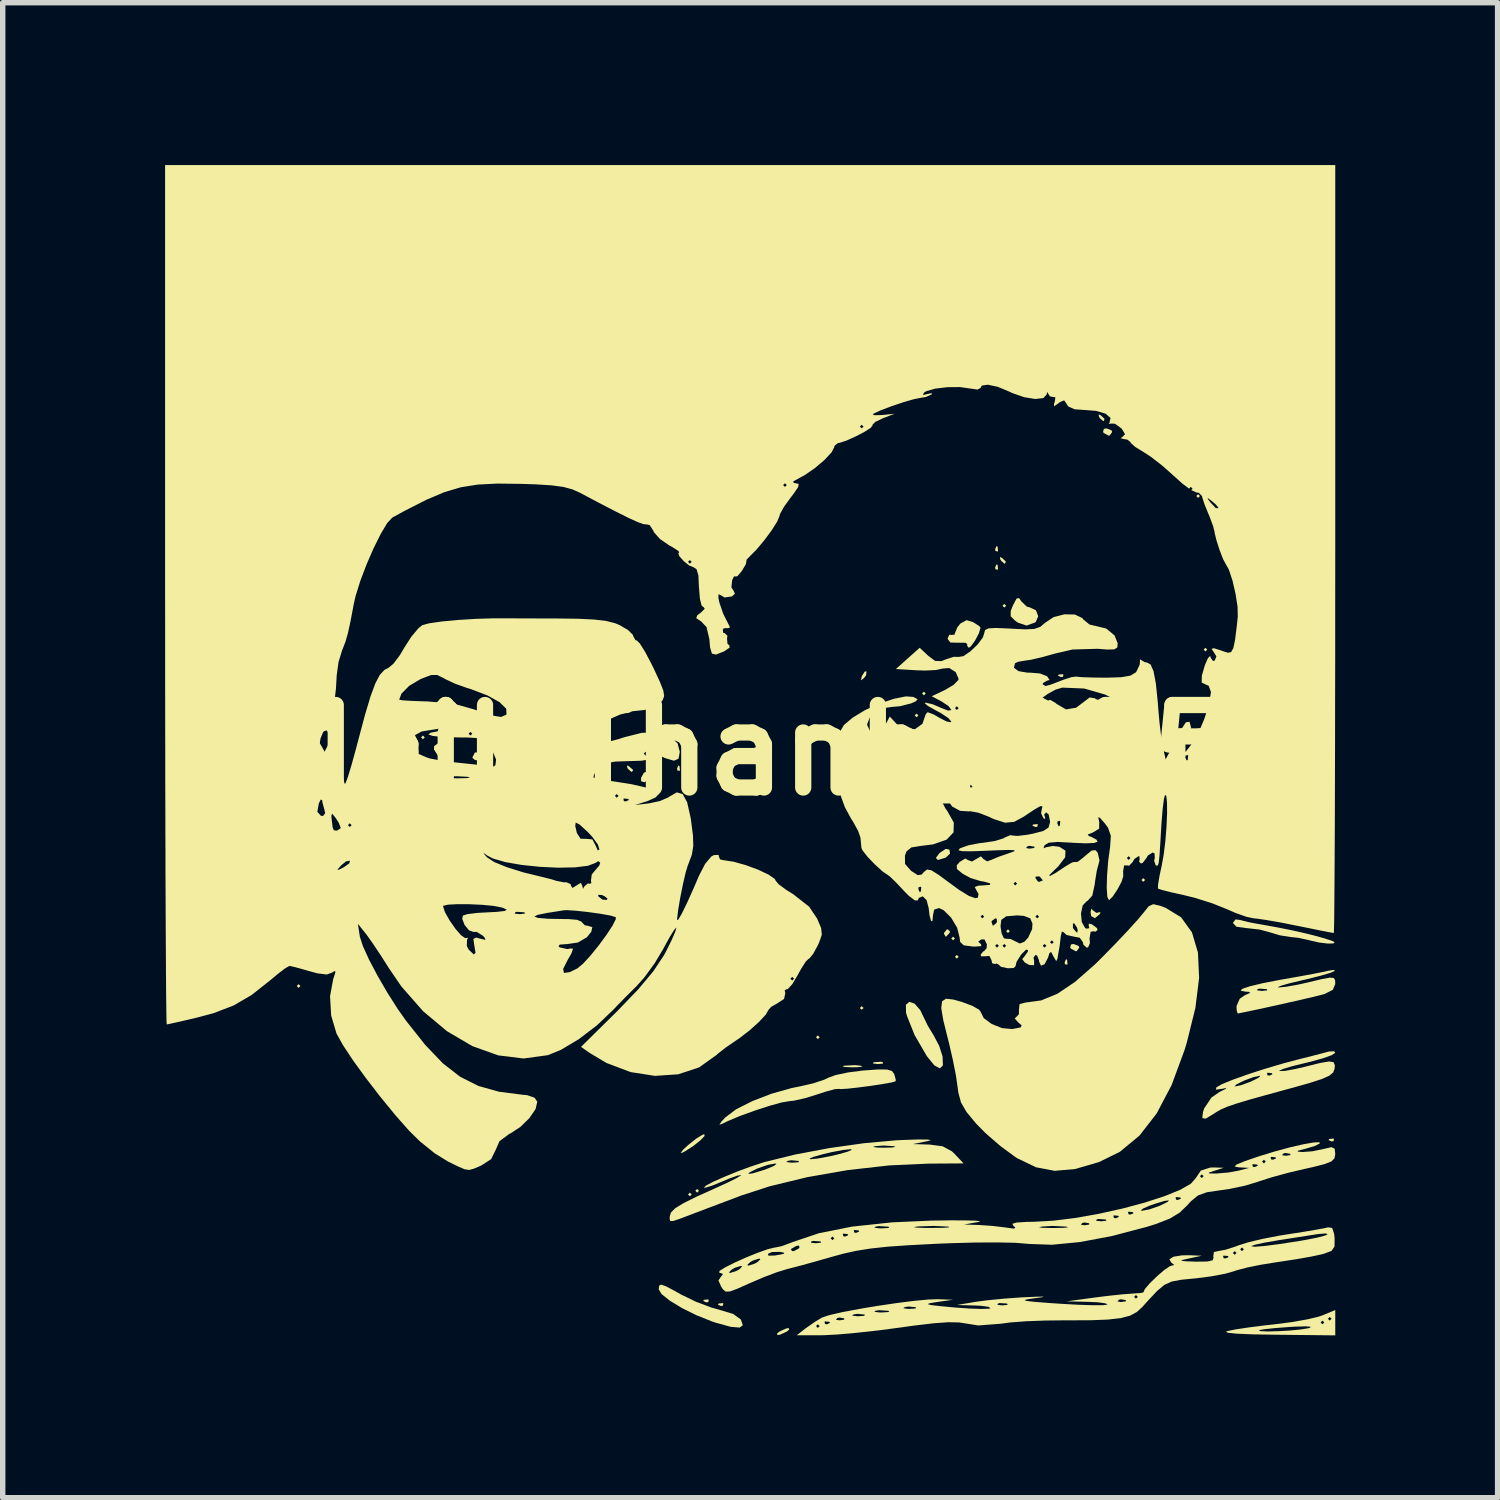
<source format=kicad_pcb>
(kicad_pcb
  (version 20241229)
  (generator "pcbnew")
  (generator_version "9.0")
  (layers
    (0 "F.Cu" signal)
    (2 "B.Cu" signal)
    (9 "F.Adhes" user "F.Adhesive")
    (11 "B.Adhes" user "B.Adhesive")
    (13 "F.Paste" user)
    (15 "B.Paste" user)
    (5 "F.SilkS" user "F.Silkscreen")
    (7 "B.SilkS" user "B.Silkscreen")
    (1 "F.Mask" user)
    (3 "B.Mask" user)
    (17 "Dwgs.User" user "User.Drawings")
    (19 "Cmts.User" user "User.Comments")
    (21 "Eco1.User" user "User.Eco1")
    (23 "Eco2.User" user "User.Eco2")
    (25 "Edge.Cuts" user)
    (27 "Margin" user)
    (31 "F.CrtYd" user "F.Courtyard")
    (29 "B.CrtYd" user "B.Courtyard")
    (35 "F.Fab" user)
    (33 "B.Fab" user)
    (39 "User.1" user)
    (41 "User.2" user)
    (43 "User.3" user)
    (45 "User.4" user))
  (footprint "Neil_Thanh_085"
    (layer "F.Cu")
    (at 10.809 10.809)
    (property "Reference" "Neil_Thanh_085" (at 0 0 0) (layer "F.SilkS") (effects (font (size 1.524 1.524) (thickness 0.3))))
    (attr board_only exclude_from_pos_files exclude_from_bom)
    (fp_poly (pts (xy -8.309 4.357) (xy -8.343 4.391) (xy -8.377 4.357) (xy -8.343 4.323)) (stroke (width 0) (type solid)) (fill yes) (layer "F.SilkS"))
    (fp_poly (pts (xy -6.012 -0.236) (xy -6.046 -0.203) (xy -6.08 -0.236) (xy -6.046 -0.27)) (stroke (width 0) (type solid)) (fill yes) (layer "F.SilkS"))
    (fp_poly (pts (xy -1.081 8.208) (xy -1.115 8.241) (xy -1.148 8.208) (xy -1.115 8.174)) (stroke (width 0) (type solid)) (fill yes) (layer "F.SilkS"))
    (fp_poly (pts (xy -0.946 8.14) (xy -0.98 8.174) (xy -1.013 8.14) (xy -0.98 8.106)) (stroke (width 0) (type solid)) (fill yes) (layer "F.SilkS"))
    (fp_poly (pts (xy 1.284 5.303) (xy 1.25 5.337) (xy 1.216 5.303) (xy 1.25 5.269)) (stroke (width 0) (type solid)) (fill yes) (layer "F.SilkS"))
    (fp_poly (pts (xy 2.094 4.763) (xy 2.06 4.796) (xy 2.027 4.763) (xy 2.06 4.729)) (stroke (width 0) (type solid)) (fill yes) (layer "F.SilkS"))
    (fp_poly (pts (xy 3.107 -0.642) (xy 3.074 -0.608) (xy 3.04 -0.642) (xy 3.074 -0.676)) (stroke (width 0) (type solid)) (fill yes) (layer "F.SilkS"))
    (fp_poly (pts (xy 3.243 -1.047) (xy 3.209 -1.013) (xy 3.175 -1.047) (xy 3.209 -1.081)) (stroke (width 0) (type solid)) (fill yes) (layer "F.SilkS"))
    (fp_poly (pts (xy 3.783 3.479) (xy 3.749 3.513) (xy 3.715 3.479) (xy 3.749 3.445)) (stroke (width 0) (type solid)) (fill yes) (layer "F.SilkS"))
    (fp_poly (pts (xy 3.851 3.817) (xy 3.817 3.851) (xy 3.783 3.817) (xy 3.817 3.783)) (stroke (width 0) (type solid)) (fill yes) (layer "F.SilkS"))
    (fp_poly (pts (xy 4.729 -2.668) (xy 4.695 -2.635) (xy 4.661 -2.668) (xy 4.695 -2.702)) (stroke (width 0) (type solid)) (fill yes) (layer "F.SilkS"))
    (fp_poly (pts (xy 4.796 3.344) (xy 4.763 3.378) (xy 4.729 3.344) (xy 4.763 3.31)) (stroke (width 0) (type solid)) (fill yes) (layer "F.SilkS"))
    (fp_poly (pts (xy 7.296 2.398) (xy 7.262 2.432) (xy 7.228 2.398) (xy 7.262 2.364)) (stroke (width 0) (type solid)) (fill yes) (layer "F.SilkS"))
    (fp_poly (pts (xy 8.309 -4.695) (xy 8.275 -4.661) (xy 8.241 -4.695) (xy 8.275 -4.729)) (stroke (width 0) (type solid)) (fill yes) (layer "F.SilkS"))
    (fp_poly (pts (xy 8.444 -1.858) (xy 8.41 -1.824) (xy 8.377 -1.858) (xy 8.41 -1.891)) (stroke (width 0) (type solid)) (fill yes) (layer "F.SilkS"))
    (fp_poly (pts (xy -1.306 0.293) (xy -1.298 0.373) (xy -1.306 0.383) (xy -1.346 0.374) (xy -1.351 0.338) (xy -1.326 0.282)) (stroke (width 0) (type solid)) (fill yes) (layer "F.SilkS"))
    (fp_poly (pts (xy -0.766 10.155) (xy -0.775 10.196) (xy -0.811 10.201) (xy -0.866 10.176) (xy -0.856 10.155) (xy -0.776 10.147)) (stroke (width 0) (type solid)) (fill yes) (layer "F.SilkS"))
    (fp_poly (pts (xy -0.495 10.223) (xy -0.505 10.263) (xy -0.54 10.268) (xy -0.596 10.243) (xy -0.585 10.223) (xy -0.505 10.215)) (stroke (width 0) (type solid)) (fill yes) (layer "F.SilkS"))
    (fp_poly (pts (xy 2.449 5.765) (xy 2.457 5.789) (xy 2.364 5.799) (xy 2.268 5.788) (xy 2.28 5.765) (xy 2.418 5.756)) (stroke (width 0) (type solid)) (fill yes) (layer "F.SilkS"))
    (fp_poly (pts (xy 4.571 -3.76) (xy 4.579 -3.68) (xy 4.571 -3.67) (xy 4.531 -3.68) (xy 4.526 -3.715) (xy 4.551 -3.771)) (stroke (width 0) (type solid)) (fill yes) (layer "F.SilkS"))
    (fp_poly (pts (xy 4.571 -3.423) (xy 4.579 -3.343) (xy 4.571 -3.333) (xy 4.531 -3.342) (xy 4.526 -3.378) (xy 4.551 -3.433)) (stroke (width 0) (type solid)) (fill yes) (layer "F.SilkS"))
    (fp_poly (pts (xy 5.314 1.374) (xy 5.305 1.414) (xy 5.269 1.419) (xy 5.214 1.394) (xy 5.224 1.374) (xy 5.304 1.365)) (stroke (width 0) (type solid)) (fill yes) (layer "F.SilkS"))
    (fp_poly (pts (xy 5.787 -1.396) (xy 5.778 -1.356) (xy 5.742 -1.351) (xy 5.686 -1.376) (xy 5.697 -1.396) (xy 5.777 -1.404)) (stroke (width 0) (type solid)) (fill yes) (layer "F.SilkS"))
    (fp_poly (pts (xy 5.855 3.873) (xy 5.863 3.953) (xy 5.855 3.963) (xy 5.814 3.954) (xy 5.81 3.918) (xy 5.834 3.862)) (stroke (width 0) (type solid)) (fill yes) (layer "F.SilkS"))
    (fp_poly (pts (xy 10.786 7.183) (xy 10.777 7.223) (xy 10.741 7.228) (xy 10.685 7.203) (xy 10.696 7.183) (xy 10.776 7.175)) (stroke (width 0) (type solid)) (fill yes) (layer "F.SilkS"))
    (fp_poly (pts (xy -2.569 0.434) (xy -2.577 0.466) (xy -2.643 0.5) (xy -2.692 0.479) (xy -2.746 0.416) (xy -2.705 0.373) (xy -2.602 0.356)) (stroke (width 0) (type solid)) (fill yes) (layer "F.SilkS"))
    (fp_poly (pts (xy -2.24 0.298) (xy -2.168 0.36) (xy -2.162 0.376) (xy -2.194 0.403) (xy -2.261 0.341) (xy -2.269 0.327) (xy -2.277 0.281)) (stroke (width 0) (type solid)) (fill yes) (layer "F.SilkS"))
    (fp_poly (pts (xy -1.862 0.449) (xy -1.877 0.535) (xy -1.949 0.593) (xy -2.016 0.574) (xy -2.016 0.511) (xy -1.963 0.416) (xy -1.925 0.402)) (stroke (width 0) (type solid)) (fill yes) (layer "F.SilkS"))
    (fp_poly (pts (xy 2.141 -1.383) (xy 2.103 -1.333) (xy 2.046 -1.29) (xy 2.06 -1.358) (xy 2.065 -1.371) (xy 2.118 -1.454) (xy 2.149 -1.454)) (stroke (width 0) (type solid)) (fill yes) (layer "F.SilkS"))
    (fp_poly (pts (xy 4.651 -3.553) (xy 4.723 -3.485) (xy 4.708 -3.446) (xy 4.699 -3.445) (xy 4.642 -3.493) (xy 4.621 -3.523) (xy 4.613 -3.569)) (stroke (width 0) (type solid)) (fill yes) (layer "F.SilkS"))
    (fp_poly (pts (xy 6.475 -6.188) (xy 6.547 -6.12) (xy 6.532 -6.08) (xy 6.523 -6.08) (xy 6.466 -6.128) (xy 6.445 -6.158) (xy 6.437 -6.204)) (stroke (width 0) (type solid)) (fill yes) (layer "F.SilkS"))
    (fp_poly (pts (xy -5.69 -0.071) (xy -5.658 0.034) (xy -5.639 0.17) (xy -5.672 0.186) (xy -5.772 0.096) (xy -5.841 -0.012) (xy -5.84 -0.073) (xy -5.76 -0.134)) (stroke (width 0) (type solid)) (fill yes) (layer "F.SilkS"))
    (fp_poly (pts (xy -4.877 0.093) (xy -4.811 0.172) (xy -4.852 0.2) (xy -4.951 0.203) (xy -5.084 0.182) (xy -5.134 0.139) (xy -5.086 0.044) (xy -4.977 0.033)) (stroke (width 0) (type solid)) (fill yes) (layer "F.SilkS"))
    (fp_poly (pts (xy 0.721 10.703) (xy 0.676 10.741) (xy 0.552 10.798) (xy 0.507 10.806) (xy 0.495 10.779) (xy 0.54 10.741) (xy 0.664 10.684) (xy 0.709 10.675)) (stroke (width 0) (type solid)) (fill yes) (layer "F.SilkS"))
    (fp_poly (pts (xy 2.043 5.829) (xy 2.075 5.846) (xy 1.991 5.857) (xy 1.891 5.859) (xy 1.745 5.853) (xy 1.705 5.84) (xy 1.739 5.829) (xy 1.936 5.818)) (stroke (width 0) (type solid)) (fill yes) (layer "F.SilkS"))
    (fp_poly (pts (xy 3.681 1.837) (xy 3.692 1.911) (xy 3.612 1.985) (xy 3.481 2.025) (xy 3.462 2.026) (xy 3.431 1.99) (xy 3.496 1.902) (xy 3.613 1.823)) (stroke (width 0) (type solid)) (fill yes) (layer "F.SilkS"))
    (fp_poly (pts (xy 3.692 3.351) (xy 3.682 3.378) (xy 3.621 3.442) (xy 3.61 3.445) (xy 3.581 3.393) (xy 3.58 3.378) (xy 3.632 3.313) (xy 3.652 3.31)) (stroke (width 0) (type solid)) (fill yes) (layer "F.SilkS"))
    (fp_poly (pts (xy 6.067 3.616) (xy 6.08 3.648) (xy 6.031 3.713) (xy 6.016 3.715) (xy 5.925 3.666) (xy 5.911 3.648) (xy 5.926 3.59) (xy 5.974 3.58)) (stroke (width 0) (type solid)) (fill yes) (layer "F.SilkS"))
    (fp_poly (pts (xy 6.675 -5.909) (xy 6.688 -5.877) (xy 6.639 -5.812) (xy 6.624 -5.81) (xy 6.533 -5.859) (xy 6.519 -5.877) (xy 6.534 -5.935) (xy 6.582 -5.945)) (stroke (width 0) (type solid)) (fill yes) (layer "F.SilkS"))
    (fp_poly (pts (xy 6.327 2.956) (xy 6.399 3.007) (xy 6.434 2.996) (xy 6.474 2.994) (xy 6.458 3.029) (xy 6.369 3.104) (xy 6.3 3.065) (xy 6.288 2.989) (xy 6.305 2.925)) (stroke (width 0) (type solid)) (fill yes) (layer "F.SilkS"))
    (fp_poly (pts (xy -0.843 7.128) (xy -0.922 7.21) (xy -1.051 7.312) (xy -1.199 7.408) (xy -1.25 7.436) (xy -1.285 7.439) (xy -1.228 7.37) (xy -1.151 7.299) (xy -0.997 7.176) (xy -0.877 7.103) (xy -0.847 7.095)) (stroke (width 0) (type solid)) (fill yes) (layer "F.SilkS"))
    (fp_poly (pts (xy 5.008 -2.751) (xy 5.108 -2.654) (xy 5.173 -2.635) (xy 5.28 -2.584) (xy 5.321 -2.474) (xy 5.277 -2.369) (xy 5.262 -2.359) (xy 5.107 -2.302) (xy 4.951 -2.354) (xy 4.896 -2.391) (xy 4.813 -2.473) (xy 4.813 -2.572) (xy 4.855 -2.676) (xy 4.92 -2.8) (xy 4.967 -2.81)) (stroke (width 0) (type solid)) (fill yes) (layer "F.SilkS"))
    (fp_poly (pts (xy 3.038 4.683) (xy 3.141 4.801) (xy 3.18 4.881) (xy 3.281 5.09) (xy 3.39 5.269) (xy 3.492 5.463) (xy 3.554 5.658) (xy 3.561 5.823) (xy 3.505 5.878) (xy 3.402 5.823) (xy 3.267 5.657) (xy 3.266 5.657) (xy 3.037 5.262) (xy 2.895 4.905) (xy 2.879 4.847) (xy 2.877 4.703) (xy 2.94 4.649)) (stroke (width 0) (type solid)) (fill yes) (layer "F.SilkS"))
    (fp_poly (pts (xy -1.554 9.905) (xy -1.383 9.996) (xy -1.266 10.062) (xy -1.001 10.19) (xy -0.717 10.297) (xy -0.576 10.336) (xy -0.313 10.416) (xy -0.172 10.518) (xy -0.136 10.623) (xy -0.193 10.667) (xy -0.36 10.653) (xy -0.627 10.58) (xy -0.71 10.552) (xy -0.993 10.439) (xy -1.261 10.306) (xy -1.485 10.17) (xy -1.637 10.048) (xy -1.689 9.961) (xy -1.682 9.894) (xy -1.646 9.873)) (stroke (width 0) (type solid)) (fill yes) (layer "F.SilkS"))
    (fp_poly (pts (xy 4.119 -2.365) (xy 4.226 -2.297) (xy 4.256 -2.264) (xy 4.225 -2.159) (xy 4.154 -2.024) (xy 4.077 -1.918) (xy 4.038 -1.891) (xy 4.006 -1.932) (xy 4.014 -1.95) (xy 3.983 -1.984) (xy 3.858 -1.986) (xy 3.849 -1.985) (xy 3.698 -1.989) (xy 3.648 -2.055) (xy 3.648 -2.066) (xy 3.681 -2.135) (xy 3.715 -2.128) (xy 3.778 -2.136) (xy 3.783 -2.163) (xy 3.827 -2.269) (xy 3.883 -2.339) (xy 3.997 -2.402)) (stroke (width 0) (type solid)) (fill yes) (layer "F.SilkS"))
    (fp_poly (pts (xy 9.035 3.134) (xy 9.196 3.174) (xy 9.322 3.199) (xy 9.676 3.262) (xy 9.943 3.314) (xy 10.168 3.363) (xy 10.396 3.418) (xy 10.397 3.418) (xy 10.603 3.475) (xy 10.751 3.523) (xy 10.796 3.546) (xy 10.775 3.571) (xy 10.665 3.572) (xy 10.509 3.553) (xy 10.35 3.517) (xy 10.336 3.513) (xy 10.129 3.467) (xy 9.985 3.452) (xy 9.783 3.42) (xy 9.614 3.369) (xy 9.412 3.314) (xy 9.182 3.288) (xy 9.17 3.288) (xy 8.981 3.261) (xy 8.917 3.191) (xy 8.917 3.191) (xy 8.966 3.127)) (stroke (width 0) (type solid)) (fill yes) (layer "F.SilkS"))
    (fp_poly (pts (xy 2.532 5.9) (xy 2.619 5.927) (xy 2.66 5.982) (xy 2.662 5.986) (xy 2.69 6.09) (xy 2.687 6.116) (xy 2.61 6.139) (xy 2.441 6.169) (xy 2.223 6.202) (xy 1.993 6.232) (xy 1.795 6.254) (xy 1.667 6.261) (xy 1.641 6.257) (xy 1.567 6.262) (xy 1.406 6.305) (xy 1.247 6.357) (xy 1.014 6.429) (xy 0.81 6.475) (xy 0.719 6.485) (xy 0.577 6.509) (xy 0.351 6.572) (xy 0.084 6.659) (xy -0.184 6.756) (xy -0.411 6.851) (xy -0.507 6.898) (xy -0.569 6.921) (xy -0.534 6.865) (xy -0.459 6.784) (xy -0.259 6.634) (xy 0.038 6.484) (xy 0.393 6.347) (xy 0.77 6.241) (xy 0.934 6.208) (xy 1.168 6.154) (xy 1.367 6.088) (xy 1.441 6.052) (xy 1.578 6.002) (xy 1.805 5.954) (xy 2.073 5.919) (xy 2.103 5.917) (xy 2.37 5.898)) (stroke (width 0) (type solid)) (fill yes) (layer "F.SilkS"))
    (fp_poly (pts (xy 10.809 10.811) (xy 9.711 10.799) (xy 9.286 10.792) (xy 8.99 10.78) (xy 8.824 10.763) (xy 8.79 10.742) (xy 8.816 10.732) (xy 8.89 10.717) (xy 9.396 10.717) (xy 9.43 10.733) (xy 9.561 10.739) (xy 9.753 10.734) (xy 9.966 10.722) (xy 10.164 10.703) (xy 10.309 10.68) (xy 10.336 10.673) (xy 10.358 10.652) (xy 10.261 10.644) (xy 10.061 10.65) (xy 9.964 10.656) (xy 9.709 10.675) (xy 9.511 10.696) (xy 9.404 10.713) (xy 9.396 10.717) (xy 8.89 10.717) (xy 8.971 10.7) (xy 9.22 10.663) (xy 9.519 10.625) (xy 9.678 10.608) (xy 9.956 10.572) (xy 10.538 10.572) (xy 10.572 10.606) (xy 10.606 10.572) (xy 10.572 10.538) (xy 10.538 10.572) (xy 9.956 10.572) (xy 9.992 10.568) (xy 10.282 10.517) (xy 10.336 10.505) (xy 10.673 10.505) (xy 10.707 10.538) (xy 10.741 10.505) (xy 10.707 10.471) (xy 10.673 10.505) (xy 10.336 10.505) (xy 10.503 10.465) (xy 10.573 10.441) (xy 10.809 10.343)) (stroke (width 0) (type solid)) (fill yes) (layer "F.SilkS"))
    (fp_poly (pts (xy 10.801 4.078) (xy 10.721 4.113) (xy 10.541 4.166) (xy 10.296 4.228) (xy 10.193 4.252) (xy 9.958 4.308) (xy 9.802 4.353) (xy 9.746 4.38) (xy 9.761 4.384) (xy 9.898 4.371) (xy 10.113 4.333) (xy 10.302 4.291) (xy 10.557 4.23) (xy 10.708 4.202) (xy 10.782 4.208) (xy 10.806 4.249) (xy 10.809 4.321) (xy 10.764 4.427) (xy 10.613 4.504) (xy 10.555 4.52) (xy 10.411 4.556) (xy 10.188 4.608) (xy 9.918 4.669) (xy 9.635 4.732) (xy 9.37 4.79) (xy 9.157 4.835) (xy 9.027 4.861) (xy 9.005 4.864) (xy 8.988 4.807) (xy 8.985 4.727) (xy 9.044 4.592) (xy 9.137 4.528) (xy 9.238 4.482) (xy 9.217 4.465) (xy 9.153 4.461) (xy 9.062 4.444) (xy 9.066 4.438) (xy 9.365 4.438) (xy 9.457 4.448) (xy 9.553 4.437) (xy 9.542 4.414) (xy 9.404 4.405) (xy 9.373 4.414) (xy 9.365 4.438) (xy 9.066 4.438) (xy 9.092 4.409) (xy 9.231 4.362) (xy 9.469 4.305) (xy 9.792 4.242) (xy 9.863 4.23) (xy 10.162 4.177) (xy 10.427 4.128) (xy 10.618 4.09) (xy 10.673 4.077) (xy 10.783 4.059)) (stroke (width 0) (type solid)) (fill yes) (layer "F.SilkS"))
    (fp_poly (pts (xy 7.573 2.874) (xy 7.671 2.91) (xy 7.961 3.088) (xy 8.161 3.365) (xy 8.272 3.738) (xy 8.294 4.204) (xy 8.225 4.762) (xy 8.065 5.407) (xy 8.025 5.539) (xy 7.785 6.188) (xy 7.509 6.712) (xy 7.192 7.12) (xy 6.828 7.421) (xy 6.445 7.609) (xy 6.002 7.738) (xy 5.625 7.771) (xy 5.281 7.706) (xy 4.939 7.541) (xy 4.891 7.511) (xy 4.622 7.313) (xy 4.345 7.072) (xy 4.178 6.903) (xy 3.998 6.686) (xy 3.895 6.509) (xy 3.845 6.325) (xy 3.833 6.232) (xy 3.802 6.014) (xy 3.744 5.721) (xy 3.672 5.406) (xy 3.65 5.322) (xy 3.567 4.987) (xy 3.53 4.765) (xy 3.545 4.639) (xy 3.618 4.592) (xy 3.755 4.607) (xy 3.912 4.651) (xy 4.104 4.723) (xy 4.229 4.794) (xy 4.256 4.831) (xy 4.315 4.95) (xy 4.463 5.059) (xy 4.654 5.135) (xy 4.842 5.152) (xy 4.85 5.15) (xy 4.992 5.123) (xy 5.017 5.087) (xy 4.95 5.027) (xy 4.887 4.957) (xy 4.911 4.934) (xy 4.965 4.877) (xy 4.965 4.796) (xy 4.977 4.69) (xy 5.087 4.662) (xy 5.377 4.623) (xy 5.677 4.499) (xy 6.002 4.28) (xy 6.371 3.956) (xy 6.518 3.81) (xy 6.764 3.558) (xy 6.986 3.323) (xy 7.161 3.13) (xy 7.265 3.005) (xy 7.267 3.003) (xy 7.362 2.884) (xy 7.446 2.845)) (stroke (width 0) (type solid)) (fill yes) (layer "F.SilkS"))
    (fp_poly (pts (xy 10.809 5.591) (xy 10.747 5.633) (xy 10.585 5.691) (xy 10.351 5.756) (xy 10.258 5.778) (xy 10.017 5.837) (xy 9.848 5.888) (xy 9.775 5.921) (xy 9.778 5.928) (xy 9.878 5.925) (xy 10.063 5.892) (xy 10.255 5.847) (xy 10.527 5.779) (xy 10.693 5.751) (xy 10.777 5.764) (xy 10.802 5.82) (xy 10.796 5.887) (xy 10.77 5.954) (xy 10.7 6.013) (xy 10.565 6.074) (xy 10.343 6.146) (xy 10.014 6.239) (xy 9.964 6.252) (xy 9.533 6.37) (xy 9.211 6.46) (xy 8.979 6.53) (xy 8.816 6.586) (xy 8.699 6.636) (xy 8.61 6.687) (xy 8.566 6.716) (xy 8.416 6.807) (xy 8.352 6.797) (xy 8.366 6.683) (xy 8.388 6.617) (xy 8.522 6.417) (xy 8.671 6.314) (xy 8.789 6.255) (xy 8.786 6.242) (xy 8.714 6.257) (xy 8.603 6.271) (xy 8.613 6.229) (xy 8.646 6.21) (xy 8.949 6.21) (xy 8.96 6.212) (xy 9.069 6.189) (xy 9.237 6.128) (xy 9.264 6.116) (xy 9.39 6.053) (xy 9.425 6.018) (xy 9.415 6.015) (xy 9.305 6.038) (xy 9.138 6.099) (xy 9.111 6.111) (xy 8.984 6.174) (xy 8.949 6.21) (xy 8.646 6.21) (xy 8.715 6.17) (xy 8.919 6.087) (xy 9.195 5.989) (xy 9.261 5.967) (xy 9.548 5.967) (xy 9.557 6.007) (xy 9.593 6.012) (xy 9.648 5.988) (xy 9.638 5.967) (xy 9.557 5.959) (xy 9.548 5.967) (xy 9.261 5.967) (xy 9.514 5.885) (xy 9.847 5.787) (xy 10.133 5.711) (xy 10.377 5.65) (xy 10.58 5.597) (xy 10.69 5.567) (xy 10.788 5.563)) (stroke (width 0) (type solid)) (fill yes) (layer "F.SilkS"))
    (fp_poly (pts (xy 3.279 7.193) (xy 3.337 7.204) (xy 3.276 7.223) (xy 3.006 7.277) (xy 3.315 7.286) (xy 3.556 7.318) (xy 3.726 7.41) (xy 3.783 7.465) (xy 3.942 7.634) (xy 3.305 7.638) (xy 2.571 7.671) (xy 1.807 7.757) (xy 1.056 7.888) (xy 0.359 8.057) (xy -0.169 8.229) (xy -0.478 8.346) (xy -0.794 8.465) (xy -1.054 8.564) (xy -1.08 8.574) (xy -1.3 8.657) (xy -1.422 8.698) (xy -1.475 8.699) (xy -1.487 8.663) (xy -1.486 8.615) (xy -1.464 8.541) (xy -1.385 8.462) (xy -1.231 8.368) (xy -0.985 8.246) (xy -0.663 8.101) (xy -0.43 7.995) (xy -0.257 7.909) (xy -0.171 7.857) (xy -0.167 7.849) (xy -0.237 7.86) (xy -0.39 7.915) (xy -0.511 7.966) (xy -0.696 8.042) (xy -0.823 8.082) (xy -0.856 8.083) (xy -0.817 8.044) (xy -0.68 7.972) (xy -0.475 7.881) (xy -0.347 7.829) (xy -0.035 7.829) (xy 0.046 7.818) (xy 0.216 7.767) (xy 0.304 7.737) (xy 0.442 7.679) (xy 0.485 7.642) (xy 0.464 7.636) (xy 0.33 7.66) (xy 0.148 7.723) (xy 0.126 7.732) (xy -0.012 7.8) (xy -0.035 7.829) (xy -0.347 7.829) (xy -0.233 7.782) (xy 0.017 7.69) (xy 0.245 7.615) (xy 0.269 7.608) (xy 0.666 7.608) (xy 0.756 7.62) (xy 0.777 7.62) (xy 0.892 7.613) (xy 0.902 7.592) (xy 0.896 7.589) (xy 0.762 7.576) (xy 0.694 7.587) (xy 0.666 7.608) (xy 0.269 7.608) (xy 0.27 7.608) (xy 0.525 7.545) (xy 1.095 7.545) (xy 1.115 7.557) (xy 1.254 7.543) (xy 1.468 7.503) (xy 1.621 7.468) (xy 1.796 7.419) (xy 1.878 7.384) (xy 1.858 7.372) (xy 1.718 7.386) (xy 1.505 7.426) (xy 1.351 7.462) (xy 1.177 7.511) (xy 1.095 7.545) (xy 0.525 7.545) (xy 0.827 7.471) (xy 1.458 7.352) (xy 1.613 7.33) (xy 2.268 7.33) (xy 2.341 7.341) (xy 2.466 7.344) (xy 2.626 7.34) (xy 2.684 7.328) (xy 2.652 7.316) (xy 2.467 7.304) (xy 2.315 7.315) (xy 2.268 7.33) (xy 1.613 7.33) (xy 2.103 7.261) (xy 2.701 7.207) (xy 2.803 7.202) (xy 3.098 7.192)) (stroke (width 0) (type solid)) (fill yes) (layer "F.SilkS"))
    (fp_poly (pts (xy 10.752 8.826) (xy 10.789 8.94) (xy 10.797 9.015) (xy 10.795 9.17) (xy 10.739 9.251) (xy 10.593 9.305) (xy 10.557 9.314) (xy 10.368 9.355) (xy 10.097 9.403) (xy 9.795 9.449) (xy 9.728 9.459) (xy 9.435 9.506) (xy 9.17 9.56) (xy 8.979 9.611) (xy 8.948 9.623) (xy 8.78 9.671) (xy 8.528 9.719) (xy 8.244 9.756) (xy 8.212 9.759) (xy 7.961 9.784) (xy 7.786 9.817) (xy 7.652 9.878) (xy 7.52 9.988) (xy 7.352 10.167) (xy 7.245 10.286) (xy 7.144 10.379) (xy 7.019 10.447) (xy 6.848 10.492) (xy 6.609 10.519) (xy 6.28 10.532) (xy 5.839 10.533) (xy 5.81 10.533) (xy 5.448 10.537) (xy 5.101 10.55) (xy 4.81 10.572) (xy 4.627 10.596) (xy 4.215 10.628) (xy 4.013 10.596) (xy 3.858 10.572) (xy 3.658 10.568) (xy 3.386 10.588) (xy 3.021 10.631) (xy 2.758 10.668) (xy 2.363 10.72) (xy 1.971 10.763) (xy 1.624 10.794) (xy 1.361 10.808) (xy 1.32 10.809) (xy 0.86 10.809) (xy 1.021 10.683) (xy 1.083 10.64) (xy 1.216 10.64) (xy 1.25 10.673) (xy 1.284 10.64) (xy 1.25 10.606) (xy 1.216 10.64) (xy 1.083 10.64) (xy 1.193 10.563) (xy 1.196 10.561) (xy 1.374 10.561) (xy 1.383 10.601) (xy 1.419 10.606) (xy 1.474 10.581) (xy 1.464 10.561) (xy 1.383 10.553) (xy 1.374 10.561) (xy 1.196 10.561) (xy 1.261 10.522) (xy 1.583 10.522) (xy 1.649 10.533) (xy 1.737 10.521) (xy 1.738 10.497) (xy 1.648 10.481) (xy 1.609 10.492) (xy 1.583 10.522) (xy 1.261 10.522) (xy 1.327 10.482) (xy 1.437 10.445) (xy 1.882 10.445) (xy 1.972 10.457) (xy 1.993 10.458) (xy 2.108 10.45) (xy 2.118 10.429) (xy 2.112 10.426) (xy 1.978 10.413) (xy 1.91 10.424) (xy 1.882 10.445) (xy 1.437 10.445) (xy 1.463 10.437) (xy 1.701 10.382) (xy 1.733 10.376) (xy 2.293 10.376) (xy 2.386 10.387) (xy 2.432 10.388) (xy 2.555 10.38) (xy 2.569 10.363) (xy 2.55 10.357) (xy 2.379 10.346) (xy 2.314 10.357) (xy 2.293 10.376) (xy 1.733 10.376) (xy 2.009 10.324) (xy 2.089 10.31) (xy 2.828 10.31) (xy 2.918 10.322) (xy 2.939 10.322) (xy 3.054 10.315) (xy 3.064 10.294) (xy 3.058 10.291) (xy 2.924 10.278) (xy 2.855 10.289) (xy 2.828 10.31) (xy 2.089 10.31) (xy 2.355 10.266) (xy 2.707 10.214) (xy 3.033 10.173) (xy 3.301 10.148) (xy 3.461 10.143) (xy 3.749 10.153) (xy 3.445 10.196) (xy 3.317 10.217) (xy 3.279 10.234) (xy 3.341 10.251) (xy 3.516 10.271) (xy 3.77 10.295) (xy 4.048 10.315) (xy 4.272 10.323) (xy 4.412 10.318) (xy 4.44 10.309) (xy 4.404 10.284) (xy 4.267 10.265) (xy 4.149 10.259) (xy 3.817 10.25) (xy 3.829 10.248) (xy 4.568 10.248) (xy 4.661 10.257) (xy 4.757 10.247) (xy 4.746 10.223) (xy 4.607 10.214) (xy 4.577 10.223) (xy 4.568 10.248) (xy 3.829 10.248) (xy 4.155 10.193) (xy 4.388 10.162) (xy 4.696 10.132) (xy 5.018 10.109) (xy 5.066 10.107) (xy 5.309 10.096) (xy 5.419 10.095) (xy 5.399 10.105) (xy 5.269 10.123) (xy 5.127 10.143) (xy 5.068 10.159) (xy 5.103 10.174) (xy 5.243 10.191) (xy 5.5 10.211) (xy 5.729 10.227) (xy 6.05 10.245) (xy 6.321 10.254) (xy 6.513 10.254) (xy 6.6 10.243) (xy 6.601 10.242) (xy 6.563 10.219) (xy 6.422 10.2) (xy 6.243 10.192) (xy 5.906 10.184) (xy 6.785 10.184) (xy 6.851 10.195) (xy 6.939 10.183) (xy 6.94 10.16) (xy 6.849 10.144) (xy 6.81 10.154) (xy 6.785 10.184) (xy 5.906 10.184) (xy 5.843 10.183) (xy 6.35 10.114) (xy 6.469 10.099) (xy 7.093 10.099) (xy 7.127 10.133) (xy 7.161 10.099) (xy 7.127 10.065) (xy 7.093 10.099) (xy 6.469 10.099) (xy 6.63 10.079) (xy 6.887 10.052) (xy 7.065 10.039) (xy 7.071 10.038) (xy 7.212 10.029) (xy 7.267 10.015) (xy 7.266 10.014) (xy 7.291 9.955) (xy 7.387 9.844) (xy 7.52 9.715) (xy 7.654 9.6) (xy 7.757 9.531) (xy 7.781 9.524) (xy 7.835 9.511) (xy 7.78 9.466) (xy 7.744 9.406) (xy 7.819 9.358) (xy 7.983 9.332) (xy 8.129 9.331) (xy 8.343 9.34) (xy 8.106 9.39) (xy 7.983 9.418) (xy 7.966 9.435) (xy 8.065 9.443) (xy 8.232 9.449) (xy 8.442 9.447) (xy 8.543 9.425) (xy 8.561 9.374) (xy 8.555 9.356) (xy 8.556 9.345) (xy 8.737 9.345) (xy 8.746 9.385) (xy 8.782 9.39) (xy 8.838 9.365) (xy 8.827 9.345) (xy 8.747 9.337) (xy 8.737 9.345) (xy 8.556 9.345) (xy 8.564 9.289) (xy 8.917 9.289) (xy 8.951 9.322) (xy 8.985 9.289) (xy 8.951 9.255) (xy 8.917 9.289) (xy 8.564 9.289) (xy 8.566 9.272) (xy 8.641 9.255) (xy 8.782 9.229) (xy 8.808 9.221) (xy 9.052 9.221) (xy 9.086 9.255) (xy 9.12 9.221) (xy 9.086 9.187) (xy 9.052 9.221) (xy 8.808 9.221) (xy 8.975 9.167) (xy 8.982 9.164) (xy 9.255 9.164) (xy 9.319 9.174) (xy 9.5 9.16) (xy 9.786 9.123) (xy 10.16 9.065) (xy 10.262 9.047) (xy 10.472 9.006) (xy 10.622 8.966) (xy 10.668 8.945) (xy 10.637 8.928) (xy 10.51 8.937) (xy 10.471 8.942) (xy 10.282 8.972) (xy 10.019 9.013) (xy 9.745 9.056) (xy 9.508 9.097) (xy 9.334 9.134) (xy 9.256 9.161) (xy 9.255 9.164) (xy 8.982 9.164) (xy 9.019 9.149) (xy 9.2 9.092) (xy 9.468 9.028) (xy 9.779 8.968) (xy 9.923 8.945) (xy 10.214 8.9) (xy 10.461 8.858) (xy 10.63 8.826) (xy 10.676 8.815)) (stroke (width 0) (type solid)) (fill yes) (layer "F.SilkS"))
    (fp_poly (pts (xy 10.522 7.267) (xy 10.431 7.312) (xy 10.269 7.361) (xy 10.255 7.364) (xy 10.122 7.399) (xy 10.114 7.417) (xy 10.201 7.424) (xy 10.389 7.41) (xy 10.589 7.368) (xy 10.738 7.334) (xy 10.798 7.362) (xy 10.809 7.46) (xy 10.796 7.538) (xy 10.74 7.596) (xy 10.615 7.646) (xy 10.396 7.702) (xy 10.251 7.734) (xy 9.945 7.806) (xy 9.648 7.887) (xy 9.416 7.96) (xy 9.39 7.97) (xy 9.144 8.045) (xy 8.847 8.107) (xy 8.681 8.131) (xy 8.436 8.167) (xy 8.274 8.226) (xy 8.143 8.333) (xy 8.073 8.41) (xy 7.93 8.547) (xy 7.752 8.654) (xy 7.498 8.753) (xy 7.325 8.807) (xy 6.683 8.976) (xy 6.093 9.087) (xy 5.575 9.137) (xy 5.152 9.122) (xy 5.133 9.12) (xy 4.905 9.101) (xy 4.569 9.094) (xy 4.152 9.096) (xy 3.681 9.109) (xy 3.418 9.12) (xy 2.923 9.146) (xy 2.534 9.173) (xy 2.222 9.207) (xy 1.958 9.249) (xy 1.712 9.304) (xy 1.52 9.357) (xy 1.221 9.442) (xy 0.943 9.519) (xy 0.732 9.574) (xy 0.676 9.588) (xy 0.492 9.645) (xy 0.243 9.739) (xy -0.006 9.846) (xy -0.236 9.949) (xy -0.375 10) (xy -0.454 10.002) (xy -0.505 9.959) (xy -0.535 9.913) (xy -0.586 9.797) (xy -0.543 9.73) (xy -0.537 9.725) (xy -0.502 9.677) (xy -0.574 9.65) (xy -0.573 9.646) (xy -0.392 9.646) (xy -0.372 9.658) (xy -0.261 9.624) (xy -0.203 9.593) (xy -0.149 9.539) (xy -0.169 9.527) (xy -0.28 9.561) (xy -0.338 9.593) (xy -0.392 9.646) (xy -0.573 9.646) (xy -0.565 9.619) (xy -0.46 9.554) (xy -0.375 9.511) (xy -0.054 9.511) (xy -0.034 9.523) (xy 0.077 9.489) (xy 0.135 9.457) (xy 0.189 9.404) (xy 0.169 9.392) (xy 0.058 9.426) (xy 0 9.457) (xy -0.054 9.511) (xy -0.375 9.511) (xy -0.289 9.468) (xy -0.083 9.375) (xy 0.088 9.305) (xy 0.328 9.305) (xy 0.338 9.339) (xy 0.46 9.335) (xy 0.488 9.33) (xy 0.621 9.304) (xy 0.63 9.285) (xy 0.55 9.268) (xy 0.401 9.272) (xy 0.328 9.305) (xy 0.088 9.305) (xy 0.129 9.289) (xy 0.316 9.222) (xy 0.339 9.216) (xy 0.753 9.216) (xy 0.769 9.251) (xy 0.807 9.255) (xy 0.898 9.206) (xy 0.911 9.188) (xy 0.901 9.15) (xy 0.848 9.161) (xy 0.753 9.216) (xy 0.339 9.216) (xy 0.447 9.189) (xy 0.467 9.187) (xy 0.585 9.162) (xy 0.753 9.1) (xy 1.123 9.1) (xy 1.216 9.109) (xy 1.312 9.098) (xy 1.3 9.075) (xy 1.162 9.066) (xy 1.132 9.075) (xy 1.123 9.1) (xy 0.753 9.1) (xy 0.754 9.099) (xy 0.767 9.094) (xy 0.989 9.018) (xy 1.486 9.018) (xy 1.52 9.052) (xy 1.554 9.018) (xy 1.52 8.985) (xy 1.486 9.018) (xy 0.989 9.018) (xy 1.222 8.94) (xy 1.711 8.94) (xy 1.721 8.98) (xy 1.756 8.985) (xy 1.812 8.96) (xy 1.801 8.94) (xy 1.721 8.931) (xy 1.711 8.94) (xy 1.222 8.94) (xy 1.262 8.926) (xy 1.533 8.872) (xy 1.914 8.872) (xy 1.923 8.912) (xy 1.959 8.917) (xy 2.015 8.892) (xy 2.004 8.872) (xy 1.924 8.864) (xy 1.914 8.872) (xy 1.533 8.872) (xy 1.78 8.822) (xy 2.293 8.822) (xy 2.386 8.833) (xy 2.432 8.834) (xy 2.555 8.827) (xy 2.567 8.811) (xy 3.021 8.811) (xy 3.072 8.82) (xy 3.232 8.826) (xy 3.344 8.826) (xy 3.558 8.824) (xy 3.672 8.816) (xy 3.674 8.806) (xy 3.633 8.8) (xy 3.393 8.789) (xy 3.131 8.797) (xy 3.092 8.8) (xy 3.021 8.811) (xy 2.567 8.811) (xy 2.569 8.809) (xy 2.55 8.803) (xy 2.379 8.792) (xy 2.314 8.803) (xy 2.293 8.822) (xy 1.78 8.822) (xy 1.881 8.802) (xy 2.621 8.723) (xy 3.344 8.691) (xy 3.697 8.686) (xy 3.977 8.687) (xy 4.166 8.692) (xy 4.251 8.703) (xy 4.222 8.715) (xy 3.952 8.763) (xy 4.231 8.772) (xy 4.477 8.789) (xy 4.712 8.817) (xy 4.737 8.821) (xy 4.877 8.839) (xy 4.898 8.818) (xy 4.894 8.814) (xy 5.336 8.814) (xy 5.405 8.824) (xy 5.579 8.828) (xy 5.607 8.828) (xy 5.793 8.824) (xy 5.875 8.815) (xy 5.84 8.802) (xy 5.826 8.801) (xy 5.59 8.789) (xy 5.387 8.801) (xy 5.336 8.814) (xy 4.894 8.814) (xy 4.864 8.789) (xy 4.852 8.766) (xy 6.109 8.766) (xy 6.175 8.777) (xy 6.263 8.764) (xy 6.264 8.741) (xy 6.174 8.725) (xy 6.135 8.736) (xy 6.109 8.766) (xy 4.852 8.766) (xy 4.843 8.75) (xy 4.923 8.726) (xy 5.119 8.714) (xy 5.235 8.713) (xy 5.57 8.694) (xy 6.392 8.694) (xy 6.485 8.704) (xy 6.581 8.693) (xy 6.57 8.67) (xy 6.431 8.661) (xy 6.401 8.67) (xy 6.392 8.694) (xy 5.57 8.694) (xy 5.603 8.692) (xy 6.015 8.641) (xy 6.236 8.602) (xy 6.71 8.602) (xy 6.72 8.642) (xy 6.755 8.647) (xy 6.811 8.622) (xy 6.8 8.602) (xy 6.72 8.594) (xy 6.71 8.602) (xy 6.236 8.602) (xy 6.447 8.564) (xy 6.582 8.534) (xy 6.98 8.534) (xy 6.99 8.574) (xy 7.026 8.579) (xy 7.081 8.555) (xy 7.071 8.534) (xy 6.99 8.526) (xy 6.98 8.534) (xy 6.582 8.534) (xy 6.722 8.503) (xy 7.216 8.503) (xy 7.237 8.509) (xy 7.371 8.485) (xy 7.553 8.422) (xy 7.575 8.413) (xy 7.713 8.345) (xy 7.736 8.317) (xy 7.655 8.327) (xy 7.485 8.378) (xy 7.397 8.408) (xy 7.259 8.467) (xy 7.216 8.503) (xy 6.722 8.503) (xy 6.878 8.468) (xy 7.286 8.359) (xy 7.58 8.264) (xy 7.859 8.264) (xy 7.868 8.304) (xy 7.904 8.309) (xy 7.959 8.284) (xy 7.949 8.264) (xy 7.869 8.256) (xy 7.859 8.264) (xy 7.58 8.264) (xy 7.647 8.242) (xy 7.938 8.125) (xy 8.139 8.011) (xy 8.223 7.918) (xy 8.256 7.87) (xy 8.309 7.87) (xy 8.343 7.904) (xy 8.377 7.87) (xy 8.343 7.836) (xy 8.309 7.87) (xy 8.256 7.87) (xy 8.326 7.766) (xy 8.504 7.71) (xy 8.579 7.709) (xy 8.748 7.715) (xy 8.579 7.769) (xy 8.471 7.806) (xy 8.483 7.82) (xy 8.613 7.821) (xy 8.837 7.802) (xy 9.018 7.769) (xy 9.221 7.717) (xy 9.018 7.706) (xy 8.95 7.691) (xy 8.984 7.656) (xy 9.277 7.656) (xy 9.287 7.696) (xy 9.322 7.701) (xy 9.378 7.676) (xy 9.367 7.656) (xy 9.287 7.648) (xy 9.277 7.656) (xy 8.984 7.656) (xy 8.984 7.656) (xy 9.119 7.6) (xy 9.457 7.6) (xy 9.491 7.634) (xy 9.525 7.6) (xy 9.491 7.566) (xy 9.457 7.6) (xy 9.119 7.6) (xy 9.13 7.595) (xy 9.346 7.521) (xy 9.615 7.521) (xy 9.624 7.561) (xy 9.66 7.566) (xy 9.716 7.541) (xy 9.705 7.521) (xy 9.625 7.513) (xy 9.615 7.521) (xy 9.346 7.521) (xy 9.39 7.506) (xy 9.467 7.482) (xy 9.825 7.482) (xy 9.891 7.493) (xy 9.979 7.481) (xy 9.98 7.458) (xy 9.889 7.441) (xy 9.85 7.452) (xy 9.825 7.482) (xy 9.467 7.482) (xy 9.687 7.415) (xy 9.973 7.337) (xy 10.222 7.28) (xy 10.412 7.247) (xy 10.517 7.243)) (stroke (width 0) (type solid)) (fill yes) (layer "F.SilkS"))
    (fp_poly (pts (xy 10.809 -3.715) (xy 10.808 -2.749) (xy 10.808 -1.821) (xy 10.806 -0.941) (xy 10.805 -0.118) (xy 10.803 0.64) (xy 10.801 1.324) (xy 10.798 1.925) (xy 10.795 2.435) (xy 10.792 2.843) (xy 10.789 3.142) (xy 10.785 3.323) (xy 10.782 3.378) (xy 10.709 3.365) (xy 10.533 3.331) (xy 10.284 3.28) (xy 10.099 3.243) (xy 9.803 3.184) (xy 9.545 3.139) (xy 9.362 3.112) (xy 9.305 3.107) (xy 9.169 3.079) (xy 8.966 3.007) (xy 8.809 2.938) (xy 8.539 2.83) (xy 8.22 2.729) (xy 8.005 2.676) (xy 7.776 2.625) (xy 7.607 2.582) (xy 7.533 2.557) (xy 7.535 2.484) (xy 7.563 2.317) (xy 7.604 2.127) (xy 7.64 1.926) (xy 7.67 1.679) (xy 7.691 1.417) (xy 7.702 1.171) (xy 7.701 0.971) (xy 7.688 0.847) (xy 7.664 0.826) (xy 7.643 0.906) (xy 7.62 1.087) (xy 7.6 1.335) (xy 7.594 1.428) (xy 7.575 1.749) (xy 7.561 1.958) (xy 7.548 2.077) (xy 7.532 2.128) (xy 7.511 2.134) (xy 7.49 2.123) (xy 7.463 2.041) (xy 7.475 1.991) (xy 7.47 1.905) (xy 7.436 1.891) (xy 7.347 1.946) (xy 7.32 1.993) (xy 7.252 2.082) (xy 7.217 2.094) (xy 7.183 2.052) (xy 7.194 2.027) (xy 7.193 1.964) (xy 7.172 1.959) (xy 7.095 2.013) (xy 7.067 2.065) (xy 7 2.135) (xy 6.958 2.128) (xy 6.908 2.13) (xy 6.89 2.233) (xy 6.892 2.331) (xy 6.862 2.428) (xy 6.788 2.568) (xy 6.701 2.699) (xy 6.634 2.768) (xy 6.627 2.77) (xy 6.598 2.708) (xy 6.587 2.545) (xy 6.593 2.313) (xy 6.614 2.045) (xy 6.621 1.993) (xy 6.958 1.993) (xy 6.992 2.027) (xy 7.026 1.993) (xy 6.992 1.959) (xy 6.958 1.993) (xy 6.621 1.993) (xy 6.649 1.79) (xy 6.663 1.582) (xy 6.61 1.431) (xy 6.551 1.351) (xy 6.458 1.246) (xy 6.43 1.242) (xy 6.449 1.326) (xy 6.447 1.449) (xy 6.335 1.519) (xy 6.236 1.559) (xy 6.26 1.588) (xy 6.299 1.6) (xy 6.399 1.654) (xy 6.418 1.69) (xy 6.356 1.714) (xy 6.195 1.721) (xy 5.967 1.711) (xy 5.954 1.71) (xy 5.68 1.695) (xy 5.515 1.71) (xy 5.438 1.756) (xy 5.437 1.758) (xy 5.42 1.813) (xy 5.465 1.794) (xy 5.59 1.77) (xy 5.71 1.784) (xy 5.825 1.856) (xy 5.819 1.979) (xy 5.69 2.149) (xy 5.615 2.22) (xy 5.525 2.31) (xy 5.537 2.325) (xy 5.644 2.267) (xy 5.826 2.146) (xy 5.95 2.073) (xy 6.011 2.063) (xy 6.012 2.068) (xy 6.054 2.061) (xy 6.158 1.98) (xy 6.185 1.956) (xy 6.307 1.855) (xy 6.379 1.847) (xy 6.42 1.893) (xy 6.453 2.034) (xy 6.439 2.094) (xy 6.404 2.224) (xy 6.372 2.42) (xy 6.366 2.476) (xy 6.32 2.688) (xy 6.233 2.784) (xy 6.22 2.788) (xy 6.143 2.868) (xy 6.111 3.017) (xy 6.126 3.175) (xy 6.187 3.284) (xy 6.212 3.298) (xy 6.267 3.288) (xy 6.255 3.252) (xy 6.255 3.204) (xy 6.313 3.217) (xy 6.404 3.285) (xy 6.418 3.321) (xy 6.376 3.355) (xy 6.35 3.344) (xy 6.289 3.356) (xy 6.27 3.479) (xy 6.277 3.563) (xy 6.244 3.641) (xy 6.218 3.648) (xy 6.155 3.593) (xy 6.147 3.547) (xy 6.089 3.465) (xy 5.984 3.445) (xy 5.845 3.414) (xy 5.787 3.361) (xy 5.757 3.352) (xy 5.737 3.445) (xy 5.719 3.602) (xy 5.706 3.682) (xy 5.683 3.808) (xy 5.678 3.851) (xy 5.654 3.897) (xy 5.606 3.817) (xy 5.559 3.725) (xy 5.527 3.754) (xy 5.502 3.834) (xy 5.439 3.954) (xy 5.373 3.981) (xy 5.337 3.904) (xy 5.337 3.884) (xy 5.301 3.794) (xy 5.271 3.783) (xy 5.234 3.832) (xy 5.245 3.884) (xy 5.246 3.972) (xy 5.159 3.969) (xy 5.076 3.925) (xy 5.025 3.859) (xy 5.059 3.821) (xy 5.129 3.724) (xy 5.133 3.695) (xy 5.098 3.684) (xy 5.015 3.766) (xy 5.003 3.781) (xy 4.921 3.911) (xy 4.902 3.992) (xy 4.902 3.993) (xy 4.867 4.024) (xy 4.762 4.029) (xy 4.635 4.003) (xy 4.594 3.965) (xy 4.551 3.94) (xy 4.526 3.952) (xy 4.469 3.935) (xy 4.459 3.881) (xy 4.419 3.801) (xy 4.357 3.807) (xy 4.27 3.809) (xy 4.256 3.781) (xy 4.305 3.717) (xy 4.319 3.715) (xy 4.367 3.66) (xy 4.371 3.614) (xy 4.526 3.614) (xy 4.56 3.648) (xy 4.594 3.614) (xy 4.661 3.614) (xy 4.695 3.648) (xy 4.729 3.614) (xy 5.404 3.614) (xy 5.438 3.648) (xy 5.472 3.614) (xy 5.438 3.58) (xy 5.404 3.614) (xy 4.729 3.614) (xy 4.695 3.58) (xy 4.661 3.614) (xy 4.594 3.614) (xy 4.56 3.58) (xy 4.526 3.614) (xy 4.371 3.614) (xy 4.373 3.588) (xy 4.328 3.495) (xy 4.27 3.496) (xy 4.213 3.538) (xy 4.265 3.586) (xy 4.271 3.619) (xy 4.158 3.629) (xy 4.11 3.627) (xy 3.946 3.605) (xy 3.879 3.543) (xy 3.868 3.456) (xy 3.823 3.278) (xy 3.808 3.254) (xy 4.625 3.254) (xy 4.645 3.385) (xy 4.687 3.475) (xy 4.723 3.483) (xy 4.812 3.489) (xy 4.867 3.516) (xy 4.981 3.572) (xy 5.047 3.547) (xy 5.539 3.547) (xy 5.573 3.58) (xy 5.607 3.547) (xy 5.573 3.513) (xy 5.539 3.547) (xy 5.047 3.547) (xy 5.065 3.54) (xy 5.136 3.462) (xy 5.208 3.307) (xy 5.21 3.278) (xy 5.962 3.278) (xy 5.976 3.306) (xy 6.04 3.375) (xy 6.052 3.326) (xy 6.036 3.273) (xy 5.986 3.2) (xy 5.963 3.201) (xy 5.962 3.278) (xy 5.21 3.278) (xy 5.215 3.203) (xy 5.173 3.106) (xy 5.089 3.074) (xy 5.269 3.074) (xy 5.303 3.107) (xy 5.337 3.074) (xy 5.303 3.04) (xy 5.269 3.074) (xy 5.089 3.074) (xy 5.058 3.062) (xy 4.935 3.052) (xy 4.731 3.069) (xy 4.639 3.135) (xy 4.625 3.254) (xy 3.808 3.254) (xy 3.761 3.175) (xy 4.459 3.175) (xy 4.482 3.241) (xy 4.488 3.243) (xy 4.546 3.195) (xy 4.56 3.175) (xy 4.554 3.113) (xy 4.53 3.107) (xy 4.461 3.156) (xy 4.459 3.175) (xy 3.761 3.175) (xy 3.712 3.094) (xy 3.692 3.074) (xy 4.256 3.074) (xy 4.29 3.107) (xy 4.323 3.074) (xy 4.29 3.04) (xy 4.256 3.074) (xy 3.692 3.074) (xy 3.574 2.956) (xy 3.489 2.917) (xy 3.399 2.945) (xy 3.378 3.046) (xy 3.367 3.158) (xy 3.342 3.155) (xy 3.314 3.055) (xy 3.298 2.918) (xy 3.259 2.77) (xy 3.188 2.7) (xy 3.117 2.729) (xy 3.094 2.777) (xy 3.04 2.774) (xy 2.928 2.688) (xy 2.833 2.591) (xy 2.811 2.567) (xy 3.107 2.567) (xy 3.132 2.623) (xy 3.152 2.612) (xy 3.161 2.532) (xy 3.152 2.522) (xy 3.112 2.531) (xy 3.107 2.567) (xy 2.811 2.567) (xy 2.691 2.44) (xy 2.584 2.337) (xy 2.551 2.312) (xy 2.447 2.241) (xy 2.308 2.115) (xy 2.171 1.973) (xy 2.152 1.949) (xy 2.859 1.949) (xy 2.861 2.102) (xy 2.974 2.23) (xy 2.977 2.232) (xy 3.097 2.309) (xy 3.168 2.298) (xy 3.209 2.251) (xy 3.267 2.204) (xy 3.35 2.22) (xy 3.49 2.309) (xy 3.587 2.381) (xy 3.856 2.578) (xy 4.042 2.693) (xy 4.159 2.734) (xy 4.207 2.724) (xy 4.218 2.653) (xy 4.183 2.595) (xy 4.149 2.527) (xy 4.22 2.502) (xy 4.293 2.499) (xy 4.428 2.488) (xy 4.434 2.466) (xy 4.864 2.466) (xy 4.898 2.499) (xy 4.931 2.466) (xy 4.898 2.432) (xy 4.864 2.466) (xy 4.434 2.466) (xy 4.435 2.461) (xy 4.32 2.428) (xy 4.255 2.418) (xy 4.07 2.361) (xy 4.068 2.36) (xy 5.269 2.36) (xy 5.318 2.429) (xy 5.337 2.432) (xy 5.402 2.409) (xy 5.404 2.402) (xy 5.357 2.344) (xy 5.337 2.331) (xy 5.274 2.336) (xy 5.269 2.36) (xy 4.068 2.36) (xy 3.926 2.283) (xy 3.819 2.195) (xy 3.817 2.126) (xy 3.871 2.064) (xy 3.975 2.001) (xy 4.021 2.029) (xy 4.099 2.057) (xy 4.172 2.013) (xy 4.264 1.961) (xy 4.305 2.007) (xy 4.376 2.054) (xy 4.446 2.03) (xy 4.588 1.97) (xy 4.779 1.904) (xy 4.796 1.898) (xy 4.884 1.866) (xy 4.879 1.848) (xy 4.77 1.843) (xy 4.545 1.85) (xy 4.391 1.857) (xy 4.095 1.868) (xy 3.919 1.866) (xy 3.849 1.85) (xy 3.871 1.817) (xy 3.881 1.811) (xy 3.891 1.808) (xy 5.096 1.808) (xy 5.162 1.819) (xy 5.25 1.806) (xy 5.251 1.783) (xy 5.16 1.767) (xy 5.121 1.778) (xy 5.096 1.808) (xy 3.891 1.808) (xy 4.029 1.758) (xy 4.241 1.717) (xy 4.317 1.709) (xy 4.521 1.678) (xy 4.673 1.631) (xy 4.706 1.612) (xy 4.809 1.569) (xy 4.846 1.577) (xy 4.94 1.584) (xy 5.116 1.563) (xy 5.221 1.543) (xy 5.416 1.492) (xy 5.511 1.431) (xy 5.534 1.351) (xy 5.674 1.351) (xy 5.699 1.407) (xy 5.72 1.396) (xy 5.728 1.316) (xy 5.72 1.306) (xy 5.679 1.315) (xy 5.674 1.351) (xy 5.534 1.351) (xy 5.539 1.336) (xy 5.539 1.312) (xy 5.514 1.188) (xy 5.468 1.148) (xy 5.43 1.191) (xy 5.444 1.226) (xy 5.452 1.273) (xy 5.418 1.258) (xy 5.374 1.165) (xy 5.385 1.101) (xy 5.399 1.038) (xy 5.36 1.034) (xy 5.25 1.097) (xy 5.056 1.227) (xy 4.878 1.324) (xy 4.709 1.34) (xy 4.501 1.273) (xy 4.405 1.228) (xy 4.219 1.156) (xy 4.067 1.128) (xy 4.04 1.131) (xy 3.877 1.12) (xy 3.729 1.039) (xy 3.65 0.921) (xy 3.648 0.896) (xy 3.628 0.824) (xy 3.572 0.86) (xy 3.541 0.947) (xy 3.608 1.078) (xy 3.639 1.119) (xy 3.762 1.338) (xy 3.757 1.518) (xy 3.629 1.653) (xy 3.381 1.74) (xy 3.156 1.768) (xy 2.977 1.797) (xy 2.888 1.87) (xy 2.859 1.949) (xy 2.152 1.949) (xy 2.076 1.852) (xy 2.055 1.806) (xy 2.042 1.664) (xy 2.037 1.614) (xy 1.994 1.491) (xy 1.9 1.32) (xy 1.867 1.27) (xy 1.751 1.057) (xy 1.671 0.837) (xy 1.664 0.805) (xy 1.645 0.704) (xy 4.059 0.704) (xy 4.071 0.791) (xy 4.094 0.792) (xy 4.11 0.702) (xy 4.099 0.663) (xy 4.069 0.637) (xy 4.059 0.704) (xy 1.645 0.704) (xy 1.623 0.59) (xy 1.588 0.405) (xy 1.576 0.236) (xy 1.587 0.007) (xy 1.597 -0.091) (xy 1.643 -0.313) (xy 1.731 -0.464) (xy 1.892 -0.6) (xy 2.122 -0.74) (xy 2.389 -0.86) (xy 2.654 -0.949) (xy 2.878 -0.994) (xy 3.014 -0.984) (xy 3.093 -0.942) (xy 3.06 -0.903) (xy 2.972 -0.864) (xy 2.768 -0.812) (xy 2.616 -0.799) (xy 2.488 -0.78) (xy 2.475 -0.728) (xy 2.479 -0.687) (xy 2.439 -0.705) (xy 2.325 -0.71) (xy 2.218 -0.624) (xy 2.163 -0.486) (xy 2.162 -0.465) (xy 2.208 -0.363) (xy 2.315 -0.341) (xy 2.435 -0.396) (xy 2.503 -0.479) (xy 2.579 -0.621) (xy 2.713 -0.476) (xy 2.875 -0.38) (xy 3.046 -0.389) (xy 3.182 -0.487) (xy 3.241 -0.658) (xy 3.242 -0.664) (xy 3.278 -0.702) (xy 3.396 -0.657) (xy 3.479 -0.608) (xy 3.624 -0.532) (xy 3.707 -0.516) (xy 3.715 -0.528) (xy 3.66 -0.594) (xy 3.52 -0.687) (xy 3.428 -0.736) (xy 3.283 -0.817) (xy 3.225 -0.868) (xy 3.243 -0.878) (xy 3.373 -0.848) (xy 3.53 -0.78) (xy 3.657 -0.731) (xy 3.715 -0.741) (xy 3.715 -0.745) (xy 3.692 -0.777) (xy 3.783 -0.777) (xy 3.817 -0.743) (xy 3.851 -0.777) (xy 3.817 -0.811) (xy 3.783 -0.777) (xy 3.692 -0.777) (xy 3.662 -0.817) (xy 3.596 -0.86) (xy 5.296 -0.86) (xy 5.298 -0.827) (xy 5.371 -0.835) (xy 5.44 -0.88) (xy 5.54 -0.931) (xy 5.637 -0.876) (xy 5.659 -0.856) (xy 5.835 -0.753) (xy 6.022 -0.785) (xy 6.152 -0.883) (xy 6.272 -0.974) (xy 6.365 -0.96) (xy 6.385 -0.945) (xy 6.522 -0.894) (xy 6.633 -0.895) (xy 6.722 -0.918) (xy 6.709 -0.951) (xy 6.585 -1.014) (xy 6.553 -1.029) (xy 6.171 -1.139) (xy 5.768 -1.156) (xy 5.643 -1.119) (xy 5.496 -1.039) (xy 5.367 -0.944) (xy 5.296 -0.86) (xy 3.596 -0.86) (xy 3.535 -0.901) (xy 3.354 -0.996) (xy 3.602 -1.114) (xy 3.759 -1.207) (xy 3.845 -1.296) (xy 3.851 -1.317) (xy 3.797 -1.442) (xy 3.677 -1.518) (xy 3.555 -1.508) (xy 3.435 -1.481) (xy 3.233 -1.471) (xy 3.074 -1.476) (xy 2.692 -1.499) (xy 2.912 -1.696) (xy 3.132 -1.892) (xy 3.288 -1.745) (xy 3.417 -1.649) (xy 3.533 -1.645) (xy 3.618 -1.679) (xy 3.764 -1.725) (xy 3.85 -1.723) (xy 3.939 -1.737) (xy 4.069 -1.826) (xy 4.201 -1.952) (xy 4.298 -2.081) (xy 4.323 -2.158) (xy 4.338 -2.218) (xy 4.399 -2.25) (xy 4.535 -2.258) (xy 4.774 -2.248) (xy 4.82 -2.245) (xy 5.084 -2.232) (xy 5.252 -2.241) (xy 5.359 -2.278) (xy 5.443 -2.349) (xy 5.447 -2.353) (xy 5.605 -2.458) (xy 5.806 -2.51) (xy 5.999 -2.506) (xy 6.137 -2.44) (xy 6.157 -2.412) (xy 6.271 -2.32) (xy 6.374 -2.297) (xy 6.578 -2.247) (xy 6.731 -2.121) (xy 6.789 -1.976) (xy 6.783 -1.899) (xy 6.73 -1.863) (xy 6.599 -1.859) (xy 6.418 -1.873) (xy 5.957 -1.86) (xy 5.636 -1.786) (xy 5.396 -1.719) (xy 5.19 -1.671) (xy 5.086 -1.656) (xy 4.948 -1.633) (xy 4.893 -1.606) (xy 4.872 -1.524) (xy 4.957 -1.46) (xy 5.123 -1.432) (xy 5.173 -1.432) (xy 5.355 -1.417) (xy 5.481 -1.368) (xy 5.488 -1.362) (xy 5.531 -1.297) (xy 5.485 -1.284) (xy 5.409 -1.24) (xy 5.404 -1.217) (xy 5.456 -1.185) (xy 5.556 -1.212) (xy 5.792 -1.303) (xy 5.936 -1.349) (xy 6.02 -1.36) (xy 6.046 -1.356) (xy 6.144 -1.348) (xy 6.335 -1.342) (xy 6.58 -1.339) (xy 6.583 -1.339) (xy 6.855 -1.348) (xy 7.024 -1.377) (xy 7.12 -1.434) (xy 7.136 -1.453) (xy 7.196 -1.581) (xy 7.201 -1.645) (xy 7.201 -1.686) (xy 7.211 -1.672) (xy 7.295 -1.624) (xy 7.328 -1.621) (xy 7.398 -1.583) (xy 7.452 -1.458) (xy 7.495 -1.23) (xy 7.53 -0.887) (xy 7.537 -0.791) (xy 7.562 -0.508) (xy 7.593 -0.245) (xy 7.623 -0.068) (xy 7.675 0.169) (xy 7.693 0.135) (xy 8.039 0.135) (xy 8.064 0.191) (xy 8.084 0.18) (xy 8.092 0.1) (xy 8.084 0.09) (xy 8.044 0.099) (xy 8.039 0.135) (xy 7.693 0.135) (xy 7.786 -0.034) (xy 7.886 -0.225) (xy 7.966 -0.388) (xy 8.049 -0.515) (xy 8.116 -0.526) (xy 8.145 -0.419) (xy 8.145 -0.41) (xy 8.123 -0.319) (xy 8.092 -0.313) (xy 8.055 -0.28) (xy 8.04 -0.156) (xy 8.042 0.034) (xy 8.173 -0.135) (xy 8.284 -0.326) (xy 8.392 -0.583) (xy 8.475 -0.848) (xy 8.511 -1.062) (xy 8.512 -1.077) (xy 8.47 -1.19) (xy 8.409 -1.216) (xy 8.341 -1.25) (xy 8.344 -1.37) (xy 8.351 -1.402) (xy 8.401 -1.573) (xy 8.455 -1.696) (xy 8.496 -1.741) (xy 8.51 -1.702) (xy 8.551 -1.647) (xy 8.583 -1.657) (xy 8.613 -1.733) (xy 8.574 -1.796) (xy 8.525 -1.872) (xy 8.567 -1.884) (xy 8.714 -1.837) (xy 8.741 -1.827) (xy 8.827 -1.8) (xy 8.885 -1.813) (xy 8.926 -1.885) (xy 8.958 -2.039) (xy 8.99 -2.296) (xy 9.008 -2.466) (xy 9.004 -2.65) (xy 8.967 -2.889) (xy 8.91 -3.134) (xy 8.843 -3.337) (xy 8.782 -3.445) (xy 8.735 -3.533) (xy 8.673 -3.694) (xy 8.616 -3.871) (xy 8.582 -4.007) (xy 8.579 -4.033) (xy 8.554 -4.135) (xy 8.491 -4.305) (xy 8.465 -4.366) (xy 8.393 -4.544) (xy 8.355 -4.661) (xy 8.449 -4.661) (xy 8.465 -4.626) (xy 8.503 -4.577) (xy 8.602 -4.472) (xy 8.646 -4.472) (xy 8.647 -4.484) (xy 8.601 -4.54) (xy 8.529 -4.602) (xy 8.449 -4.661) (xy 8.355 -4.661) (xy 8.351 -4.673) (xy 8.347 -4.695) (xy 8.288 -4.755) (xy 8.241 -4.762) (xy 8.148 -4.805) (xy 8.174 -4.83) (xy 8.14 -4.864) (xy 8.109 -4.832) (xy 7.987 -4.923) (xy 7.822 -5.071) (xy 7.612 -5.258) (xy 7.398 -5.423) (xy 7.265 -5.509) (xy 7.114 -5.602) (xy 7.031 -5.676) (xy 7.026 -5.69) (xy 6.969 -5.737) (xy 6.907 -5.747) (xy 6.841 -5.764) (xy 6.878 -5.788) (xy 6.925 -5.837) (xy 6.87 -5.93) (xy 6.852 -5.95) (xy 6.739 -6.031) (xy 6.662 -6.034) (xy 6.622 -6.025) (xy 6.637 -6.046) (xy 6.657 -6.137) (xy 6.567 -6.216) (xy 6.392 -6.268) (xy 6.214 -6.282) (xy 5.992 -6.298) (xy 5.875 -6.351) (xy 5.85 -6.391) (xy 5.801 -6.463) (xy 5.72 -6.429) (xy 5.695 -6.408) (xy 5.614 -6.353) (xy 5.613 -6.397) (xy 5.627 -6.438) (xy 5.639 -6.52) (xy 5.612 -6.522) (xy 5.537 -6.537) (xy 5.517 -6.569) (xy 5.486 -6.619) (xy 5.477 -6.57) (xy 5.415 -6.504) (xy 5.265 -6.488) (xy 5.062 -6.521) (xy 4.841 -6.598) (xy 4.796 -6.62) (xy 4.574 -6.713) (xy 4.391 -6.752) (xy 4.278 -6.735) (xy 4.256 -6.692) (xy 4.2 -6.662) (xy 4.07 -6.681) (xy 3.876 -6.708) (xy 3.641 -6.706) (xy 3.416 -6.679) (xy 3.251 -6.631) (xy 3.209 -6.603) (xy 3.192 -6.561) (xy 3.274 -6.58) (xy 3.357 -6.597) (xy 3.353 -6.573) (xy 3.247 -6.525) (xy 3.153 -6.51) (xy 3.022 -6.484) (xy 2.824 -6.426) (xy 2.604 -6.352) (xy 2.408 -6.277) (xy 2.282 -6.218) (xy 2.263 -6.204) (xy 2.298 -6.188) (xy 2.427 -6.191) (xy 2.449 -6.193) (xy 2.668 -6.215) (xy 2.445 -6.129) (xy 2.309 -6.063) (xy 2.258 -6.01) (xy 2.262 -6.002) (xy 2.229 -5.957) (xy 2.112 -5.881) (xy 1.949 -5.796) (xy 1.783 -5.721) (xy 1.653 -5.678) (xy 1.622 -5.674) (xy 1.557 -5.622) (xy 1.554 -5.599) (xy 1.502 -5.5) (xy 1.371 -5.36) (xy 1.194 -5.21) (xy 1.007 -5.081) (xy 0.912 -5.03) (xy 0.795 -4.965) (xy 0.806 -4.936) (xy 0.833 -4.934) (xy 0.896 -4.918) (xy 0.886 -4.859) (xy 0.798 -4.731) (xy 0.749 -4.668) (xy 0.627 -4.5) (xy 0.552 -4.365) (xy 0.54 -4.323) (xy 0.5 -4.225) (xy 0.398 -4.063) (xy 0.261 -3.878) (xy 0.119 -3.708) (xy 0.005 -3.594) (xy -0.067 -3.519) (xy -0.069 -3.493) (xy -0.08 -3.435) (xy -0.151 -3.316) (xy -0.153 -3.312) (xy -0.235 -3.215) (xy -0.274 -3.207) (xy -0.275 -3.211) (xy -0.298 -3.212) (xy -0.333 -3.141) (xy -0.347 -3.005) (xy -0.312 -2.955) (xy -0.282 -2.891) (xy -0.336 -2.841) (xy -0.471 -2.821) (xy -0.526 -2.853) (xy -0.584 -2.883) (xy -0.588 -2.816) (xy -0.57 -2.731) (xy -0.5 -2.524) (xy -0.424 -2.373) (xy -0.374 -2.273) (xy -0.392 -2.255) (xy -0.394 -2.256) (xy -0.486 -2.252) (xy -0.506 -2.23) (xy -0.498 -2.168) (xy -0.47 -2.162) (xy -0.42 -2.113) (xy -0.428 -2.065) (xy -0.419 -1.964) (xy -0.385 -1.938) (xy -0.38 -1.895) (xy -0.477 -1.828) (xy -0.49 -1.822) (xy -0.632 -1.766) (xy -0.707 -1.784) (xy -0.741 -1.9) (xy -0.754 -2.051) (xy -0.806 -2.274) (xy -0.905 -2.378) (xy -0.997 -2.439) (xy -0.976 -2.493) (xy -0.911 -2.542) (xy -0.84 -2.612) (xy -0.854 -2.635) (xy -0.898 -2.673) (xy -0.929 -2.799) (xy -0.948 -3.032) (xy -0.956 -3.226) (xy -0.991 -3.344) (xy -1.044 -3.378) (xy -1.129 -3.413) (xy -1.211 -3.479) (xy -1.148 -3.479) (xy -1.115 -3.445) (xy -1.081 -3.479) (xy -1.115 -3.513) (xy -1.148 -3.479) (xy -1.211 -3.479) (xy -1.228 -3.493) (xy -1.307 -3.582) (xy -1.328 -3.642) (xy -1.311 -3.651) (xy -1.325 -3.68) (xy -1.432 -3.749) (xy -1.498 -3.785) (xy -1.667 -3.901) (xy -1.778 -4.026) (xy -1.791 -4.056) (xy -1.855 -4.157) (xy -1.91 -4.171) (xy -1.964 -4.174) (xy -2.069 -4.21) (xy -2.237 -4.286) (xy -2.484 -4.409) (xy -2.825 -4.586) (xy -3.141 -4.754) (xy -3.284 -4.818) (xy -3.449 -4.863) (xy -3.665 -4.892) (xy -3.752 -4.898) (xy 0.608 -4.898) (xy 0.642 -4.864) (xy 0.676 -4.898) (xy 0.642 -4.931) (xy 0.608 -4.898) (xy -3.752 -4.898) (xy -3.964 -4.911) (xy -4.237 -4.92) (xy -4.673 -4.925) (xy -5.031 -4.907) (xy -5.346 -4.857) (xy -5.652 -4.766) (xy -5.984 -4.625) (xy -6.377 -4.425) (xy -6.612 -4.297) (xy -6.705 -4.197) (xy -6.824 -3.998) (xy -6.956 -3.733) (xy -7.087 -3.432) (xy -7.203 -3.126) (xy -7.29 -2.847) (xy -7.323 -2.702) (xy -7.383 -2.384) (xy -7.431 -2.164) (xy -7.476 -2.006) (xy -7.526 -1.876) (xy -7.538 -1.848) (xy -7.605 -1.629) (xy -7.638 -1.388) (xy -7.639 -1.375) (xy -7.653 -1.134) (xy -7.684 -0.867) (xy -7.692 -0.811) (xy -7.702 -0.46) (xy -7.654 -0.169) (xy -7.596 0.064) (xy -7.574 0.195) (xy -7.588 0.254) (xy -7.639 0.27) (xy -7.667 0.27) (xy -7.759 0.301) (xy -7.747 0.365) (xy -7.639 0.424) (xy -7.634 0.425) (xy -7.518 0.517) (xy -7.493 0.619) (xy -7.476 0.613) (xy -7.437 0.507) (xy -5.632 0.507) (xy -5.555 0.517) (xy -5.404 0.52) (xy -5.237 0.516) (xy -5.175 0.505) (xy -5.218 0.492) (xy -5.437 0.481) (xy -5.59 0.492) (xy -5.632 0.507) (xy -7.437 0.507) (xy -7.432 0.495) (xy -7.367 0.281) (xy -7.287 -0.009) (xy -7.249 -0.154) (xy -6.413 -0.154) (xy -6.395 -0.104) (xy -6.29 -0.024) (xy -6.137 0.064) (xy -5.974 0.135) (xy -5.912 0.154) (xy -5.735 0.188) (xy -5.484 0.222) (xy -5.269 0.245) (xy -5.04 0.269) (xy -4.871 0.293) (xy -4.801 0.312) (xy -4.736 0.299) (xy -4.707 0.276) (xy -4.694 0.172) (xy -4.771 -0.006) (xy -4.774 -0.011) (xy -4.845 -0.124) (xy -4.918 -0.19) (xy -5.028 -0.223) (xy -5.211 -0.234) (xy -5.424 -0.236) (xy -5.694 -0.244) (xy -5.871 -0.264) (xy -5.944 -0.292) (xy -5.928 -0.304) (xy -5.202 -0.304) (xy -5.168 -0.27) (xy -5.134 -0.304) (xy -5.168 -0.338) (xy -5.202 -0.304) (xy -5.928 -0.304) (xy -5.903 -0.323) (xy -5.739 -0.355) (xy -5.725 -0.356) (xy -5.591 -0.374) (xy -5.579 -0.384) (xy -5.695 -0.392) (xy -5.761 -0.395) (xy -6.067 -0.346) (xy -6.388 -0.172) (xy -6.413 -0.154) (xy -7.249 -0.154) (xy -7.236 -0.203) (xy -7.115 -0.656) (xy -7.032 -0.933) (xy -6.485 -0.933) (xy -6.423 -0.921) (xy -6.258 -0.911) (xy -6.023 -0.902) (xy -5.962 -0.901) (xy -5.468 -0.857) (xy -5.1 -0.753) (xy -4.801 -0.646) (xy -4.605 -0.614) (xy -4.505 -0.655) (xy -4.502 -0.659) (xy -4.507 -0.766) (xy -4.629 -0.886) (xy -4.851 -1.01) (xy -5.159 -1.128) (xy -5.235 -1.151) (xy -5.452 -1.228) (xy -5.639 -1.316) (xy -5.665 -1.332) (xy -5.782 -1.389) (xy -5.895 -1.388) (xy -6.061 -1.325) (xy -6.092 -1.312) (xy -6.3 -1.188) (xy -6.442 -1.045) (xy -6.485 -0.933) (xy -7.032 -0.933) (xy -7.014 -0.994) (xy -6.925 -1.234) (xy -6.842 -1.391) (xy -6.757 -1.483) (xy -6.681 -1.522) (xy -6.591 -1.597) (xy -6.472 -1.755) (xy -6.39 -1.893) (xy -6.261 -2.095) (xy -6.129 -2.252) (xy -6.059 -2.309) (xy -5.931 -2.344) (xy -5.702 -2.377) (xy -5.404 -2.405) (xy -5.071 -2.426) (xy -4.736 -2.436) (xy -4.594 -2.436) (xy -4.491 -2.436) (xy -4.282 -2.435) (xy -3.994 -2.434) (xy -3.657 -2.433) (xy -3.58 -2.433) (xy -3.173 -2.428) (xy -2.875 -2.413) (xy -2.658 -2.387) (xy -2.497 -2.346) (xy -2.416 -2.313) (xy -2.258 -2.221) (xy -2.169 -2.133) (xy -2.162 -2.111) (xy -2.12 -2.033) (xy -2.095 -2.027) (xy -2.038 -1.97) (xy -1.942 -1.818) (xy -1.827 -1.6) (xy -1.785 -1.515) (xy -1.668 -1.263) (xy -1.605 -1.102) (xy -1.589 -1) (xy -1.615 -0.928) (xy -1.66 -0.873) (xy -1.818 -0.771) (xy -1.953 -0.743) (xy -2.182 -0.718) (xy -2.408 -0.656) (xy -2.605 -0.569) (xy -2.748 -0.471) (xy -2.809 -0.377) (xy -2.767 -0.302) (xy -2.728 -0.243) (xy -2.779 -0.195) (xy -2.819 -0.15) (xy -2.756 -0.137) (xy -2.619 -0.156) (xy -2.436 -0.203) (xy -2.331 -0.238) (xy -2.001 -0.321) (xy -1.711 -0.326) (xy -1.484 -0.259) (xy -1.341 -0.126) (xy -1.3 0.032) (xy -1.324 0.158) (xy -1.408 0.195) (xy -1.571 0.147) (xy -1.683 0.094) (xy -1.832 0.039) (xy -1.936 0.031) (xy -1.966 0.065) (xy -1.893 0.135) (xy -1.89 0.138) (xy -1.884 0.174) (xy -2.009 0.195) (xy -2.236 0.202) (xy -2.498 0.211) (xy -2.664 0.243) (xy -2.773 0.308) (xy -2.804 0.338) (xy -2.884 0.447) (xy -2.897 0.503) (xy -2.819 0.528) (xy -2.651 0.558) (xy -2.532 0.575) (xy -2.2 0.627) (xy -1.933 0.688) (xy -1.755 0.751) (xy -1.689 0.81) (xy -1.689 0.811) (xy -1.746 0.872) (xy -1.887 0.937) (xy -1.908 0.944) (xy -2.128 1.013) (xy -1.866 0.982) (xy -1.666 0.939) (xy -1.512 0.872) (xy -1.495 0.859) (xy -1.354 0.779) (xy -1.247 0.811) (xy -1.165 0.961) (xy -1.102 1.238) (xy -1.093 1.293) (xy -1.057 1.574) (xy -1.051 1.771) (xy -1.078 1.932) (xy -1.143 2.107) (xy -1.152 2.128) (xy -1.192 2.26) (xy -1.242 2.476) (xy -1.292 2.725) (xy -1.331 2.956) (xy -1.35 3.118) (xy -1.351 3.137) (xy -1.327 3.129) (xy -1.261 3.015) (xy -1.162 2.812) (xy -1.039 2.538) (xy -0.946 2.32) (xy -0.832 2.1) (xy -0.718 1.964) (xy -0.67 1.938) (xy -0.582 1.935) (xy -0.578 1.965) (xy -0.556 2.018) (xy -0.494 2.032) (xy -0.304 2.061) (xy -0.077 2.125) (xy 0.15 2.209) (xy 0.34 2.299) (xy 0.455 2.379) (xy 0.473 2.414) (xy 0.526 2.477) (xy 0.664 2.579) (xy 0.794 2.66) (xy 1.089 2.891) (xy 1.237 3.111) (xy 1.311 3.286) (xy 1.323 3.41) (xy 1.274 3.552) (xy 1.246 3.612) (xy 1.163 3.764) (xy 1.096 3.846) (xy 1.084 3.851) (xy 1.027 3.905) (xy 0.938 4.045) (xy 0.879 4.153) (xy 0.781 4.318) (xy 0.698 4.411) (xy 0.667 4.419) (xy 0.637 4.437) (xy 0.649 4.487) (xy 0.626 4.595) (xy 0.513 4.67) (xy 0.387 4.743) (xy 0.338 4.798) (xy 0.288 4.886) (xy 0.16 5.023) (xy -0.014 5.179) (xy -0.203 5.324) (xy -0.276 5.373) (xy -0.456 5.497) (xy -0.6 5.61) (xy -0.623 5.632) (xy -0.943 5.86) (xy -1.329 5.988) (xy -1.759 6.017) (xy -2.209 5.947) (xy -2.655 5.779) (xy -2.964 5.594) (xy -3.125 5.481) (xy -2.453 4.818) (xy -2.072 4.422) (xy -1.904 4.222) (xy 0.743 4.222) (xy 0.777 4.256) (xy 0.811 4.222) (xy 0.777 4.188) (xy 0.743 4.222) (xy -1.904 4.222) (xy -1.789 4.084) (xy -1.592 3.787) (xy -1.56 3.728) (xy -1.454 3.515) (xy -1.384 3.354) (xy -1.362 3.278) (xy -1.363 3.276) (xy -1.403 3.318) (xy -1.487 3.453) (xy -1.596 3.652) (xy -1.605 3.67) (xy -1.764 3.936) (xy -1.955 4.198) (xy -2.098 4.358) (xy -2.282 4.541) (xy -2.45 4.712) (xy -2.521 4.788) (xy -2.827 5.08) (xy -3.166 5.339) (xy -3.498 5.537) (xy -3.736 5.634) (xy -4.185 5.696) (xy -4.656 5.638) (xy -5.133 5.467) (xy -5.601 5.192) (xy -6.043 4.822) (xy -6.444 4.365) (xy -6.67 4.034) (xy -6.827 3.787) (xy -6.977 3.563) (xy -7.09 3.404) (xy -7.102 3.389) (xy -7.247 3.209) (xy -7.211 3.445) (xy -7.156 3.617) (xy -7.042 3.868) (xy -6.884 4.167) (xy -6.7 4.484) (xy -6.507 4.787) (xy -6.36 4.995) (xy -6.003 5.445) (xy -5.677 5.786) (xy -5.357 6.034) (xy -5.02 6.204) (xy -4.64 6.31) (xy -4.194 6.367) (xy -4.122 6.373) (xy -3.984 6.42) (xy -3.933 6.493) (xy -3.964 6.629) (xy -4.079 6.797) (xy -4.244 6.959) (xy -4.427 7.079) (xy -4.453 7.091) (xy -4.632 7.224) (xy -4.698 7.376) (xy -4.785 7.555) (xy -4.97 7.674) (xy -5.103 7.731) (xy -5.191 7.755) (xy -5.277 7.742) (xy -5.406 7.686) (xy -5.581 7.6) (xy -5.828 7.448) (xy -6.1 7.228) (xy -6.296 7.036) (xy -6.559 6.738) (xy -6.834 6.402) (xy -7.1 6.057) (xy -7.338 5.729) (xy -7.525 5.446) (xy -7.642 5.235) (xy -7.642 5.235) (xy -7.741 4.903) (xy -7.762 4.546) (xy -7.703 4.227) (xy -7.699 4.216) (xy -7.66 4.096) (xy -7.682 4.08) (xy -7.72 4.108) (xy -7.822 4.144) (xy -7.995 4.123) (xy -8.138 4.084) (xy -8.335 4.028) (xy -8.475 3.992) (xy -8.513 3.986) (xy -8.586 4.027) (xy -8.725 4.133) (xy -8.857 4.243) (xy -9.208 4.521) (xy -9.542 4.716) (xy -9.914 4.859) (xy -10.203 4.936) (xy -10.457 4.996) (xy -10.656 5.041) (xy -10.767 5.065) (xy -10.779 5.066) (xy -10.783 5) (xy -10.786 4.807) (xy -10.79 4.496) (xy -10.793 4.075) (xy -10.796 3.551) (xy -10.799 2.935) (xy -10.799 2.882) (xy -5.674 2.882) (xy -5.64 2.991) (xy -5.554 3.143) (xy -5.445 3.3) (xy -5.339 3.422) (xy -5.264 3.472) (xy -5.255 3.47) (xy -5.213 3.466) (xy -5.231 3.505) (xy -5.235 3.618) (xy -5.199 3.685) (xy -5.106 3.774) (xy -5.074 3.743) (xy -5.096 3.609) (xy -5.114 3.487) (xy -5.064 3.462) (xy -4.992 3.481) (xy -4.892 3.505) (xy -4.904 3.465) (xy -4.938 3.428) (xy -5.05 3.358) (xy -5.112 3.358) (xy -5.194 3.329) (xy -5.276 3.229) (xy -5.32 3.114) (xy -5.311 3.074) (xy -3.987 3.074) (xy -3.919 3.099) (xy -3.73 3.115) (xy -3.425 3.12) (xy -3.361 3.12) (xy -3.198 3.134) (xy -3.112 3.17) (xy -3.107 3.181) (xy -3.053 3.236) (xy -3.006 3.243) (xy -2.916 3.269) (xy -2.936 3.356) (xy -3.017 3.457) (xy -3.182 3.553) (xy -3.371 3.581) (xy -3.52 3.592) (xy -3.541 3.625) (xy -3.519 3.643) (xy -3.377 3.675) (xy -3.32 3.663) (xy -3.272 3.667) (xy -3.302 3.754) (xy -3.37 3.872) (xy -3.455 4.041) (xy -3.441 4.116) (xy -3.33 4.099) (xy -3.193 4.032) (xy -3.089 3.946) (xy -2.95 3.795) (xy -2.799 3.608) (xy -2.656 3.414) (xy -2.543 3.242) (xy -2.483 3.122) (xy -2.484 3.084) (xy -2.583 3.055) (xy -2.769 3.022) (xy -2.997 2.99) (xy -3.219 2.966) (xy -3.389 2.955) (xy -3.445 2.958) (xy -3.586 2.981) (xy -3.742 3.005) (xy -3.929 3.043) (xy -3.987 3.074) (xy -5.311 3.074) (xy -5.307 3.055) (xy -5.22 3.028) (xy -5.153 3.02) (xy -4.349 3.02) (xy -4.256 3.029) (xy -4.16 3.019) (xy -4.171 2.995) (xy -4.31 2.986) (xy -4.34 2.995) (xy -4.349 3.02) (xy -5.153 3.02) (xy -5.048 3.007) (xy -4.947 3.001) (xy -4.679 2.987) (xy -4.533 2.97) (xy -4.497 2.948) (xy -4.557 2.917) (xy -4.594 2.905) (xy -4.738 2.877) (xy -4.947 2.857) (xy -5.183 2.846) (xy -5.408 2.845) (xy -5.583 2.854) (xy -5.671 2.875) (xy -5.674 2.882) (xy -10.799 2.882) (xy -10.8 2.672) (xy -2.809 2.672) (xy -2.803 2.703) (xy -2.731 2.759) (xy -2.653 2.768) (xy -2.635 2.743) (xy -2.688 2.7) (xy -2.739 2.676) (xy -2.809 2.672) (xy -10.8 2.672) (xy -10.802 2.233) (xy -10.802 2.207) (xy -7.626 2.207) (xy -7.6 2.209) (xy -7.51 2.164) (xy -7.407 2.092) (xy -7.393 2.042) (xy -7.464 2.053) (xy -7.551 2.123) (xy -7.626 2.207) (xy -10.802 2.207) (xy -10.802 1.897) (xy -4.927 1.897) (xy -4.906 1.93) (xy -4.861 1.98) (xy -4.73 2.066) (xy -4.495 2.162) (xy -4.188 2.258) (xy -3.851 2.34) (xy -3.678 2.383) (xy -3.58 2.414) (xy -3.438 2.442) (xy -3.395 2.44) (xy -3.317 2.475) (xy -3.31 2.505) (xy -3.283 2.546) (xy -3.209 2.499) (xy -3.127 2.45) (xy -3.102 2.505) (xy -3.102 2.508) (xy -3.087 2.561) (xy -3.063 2.516) (xy -2.997 2.461) (xy -2.967 2.469) (xy -2.933 2.455) (xy -2.942 2.412) (xy -2.927 2.297) (xy -2.874 2.232) (xy -2.787 2.13) (xy -2.77 2.078) (xy -2.807 2.05) (xy -2.856 2.082) (xy -2.999 2.136) (xy -3.24 2.165) (xy -3.547 2.171) (xy -3.885 2.155) (xy -4.221 2.12) (xy -4.522 2.068) (xy -4.753 2.001) (xy -4.853 1.949) (xy -4.927 1.897) (xy -10.802 1.897) (xy -10.804 1.455) (xy -10.804 1.138) (xy -7.997 1.138) (xy -7.93 1.212) (xy -7.893 1.216) (xy -7.888 1.211) (xy -7.737 1.211) (xy -7.73 1.291) (xy -7.713 1.43) (xy -7.691 1.48) (xy -7.642 1.486) (xy -7.634 1.486) (xy -7.568 1.444) (xy -7.566 1.432) (xy -7.584 1.385) (xy -7.431 1.385) (xy -7.397 1.419) (xy -7.377 1.399) (xy -3.232 1.399) (xy -3.202 1.529) (xy -3.134 1.636) (xy -3.03 1.638) (xy -2.916 1.648) (xy -2.855 1.763) (xy -2.815 1.852) (xy -2.785 1.836) (xy -2.813 1.743) (xy -2.917 1.601) (xy -2.999 1.513) (xy -3.15 1.375) (xy -3.223 1.336) (xy -3.232 1.399) (xy -7.377 1.399) (xy -7.363 1.385) (xy -7.397 1.351) (xy -7.431 1.385) (xy -7.584 1.385) (xy -7.602 1.339) (xy -7.657 1.253) (xy -7.723 1.173) (xy -7.737 1.211) (xy -7.888 1.211) (xy -7.852 1.166) (xy -7.863 1.109) (xy -7.902 0.969) (xy -7.908 0.923) (xy -7.932 0.911) (xy -7.968 0.98) (xy -7.997 1.138) (xy -10.804 1.138) (xy -10.805 0.901) (xy -2.342 0.901) (xy -2.333 0.941) (xy -2.297 0.946) (xy -2.241 0.921) (xy -2.252 0.901) (xy -2.332 0.893) (xy -2.342 0.901) (xy -10.805 0.901) (xy -10.805 0.844) (xy -2.499 0.844) (xy -2.466 0.878) (xy -2.432 0.844) (xy -2.466 0.811) (xy -2.499 0.844) (xy -10.805 0.844) (xy -10.806 0.608) (xy -10.806 0.034) (xy -7.968 0.034) (xy -7.962 0.128) (xy -7.925 0.111) (xy -7.868 0.038) (xy -7.789 -0.114) (xy -7.769 -0.212) (xy -7.799 -0.333) (xy -7.828 -0.367) (xy -7.886 -0.341) (xy -7.937 -0.22) (xy -7.966 -0.044) (xy -7.968 0.034) (xy -10.806 0.034) (xy -10.807 -0.298) (xy -10.808 -1.257) (xy -10.808 -2.258) (xy -10.809 -2.871) (xy -10.809 -5.978) (xy 2.027 -5.978) (xy 2.06 -5.945) (xy 2.094 -5.978) (xy 2.06 -6.012) (xy 2.027 -5.978) (xy -10.809 -5.978) (xy -10.809 -10.809) (xy 10.809 -10.809)) (stroke (width 0) (type solid)) (fill yes) (layer "F.SilkS")))
  (gr_rect
    (start -3 -3)
    (end 24.617 24.619)
    (stroke (width 0.1) (type default))
    (fill no)
    (layer "Edge.Cuts")))
</source>
